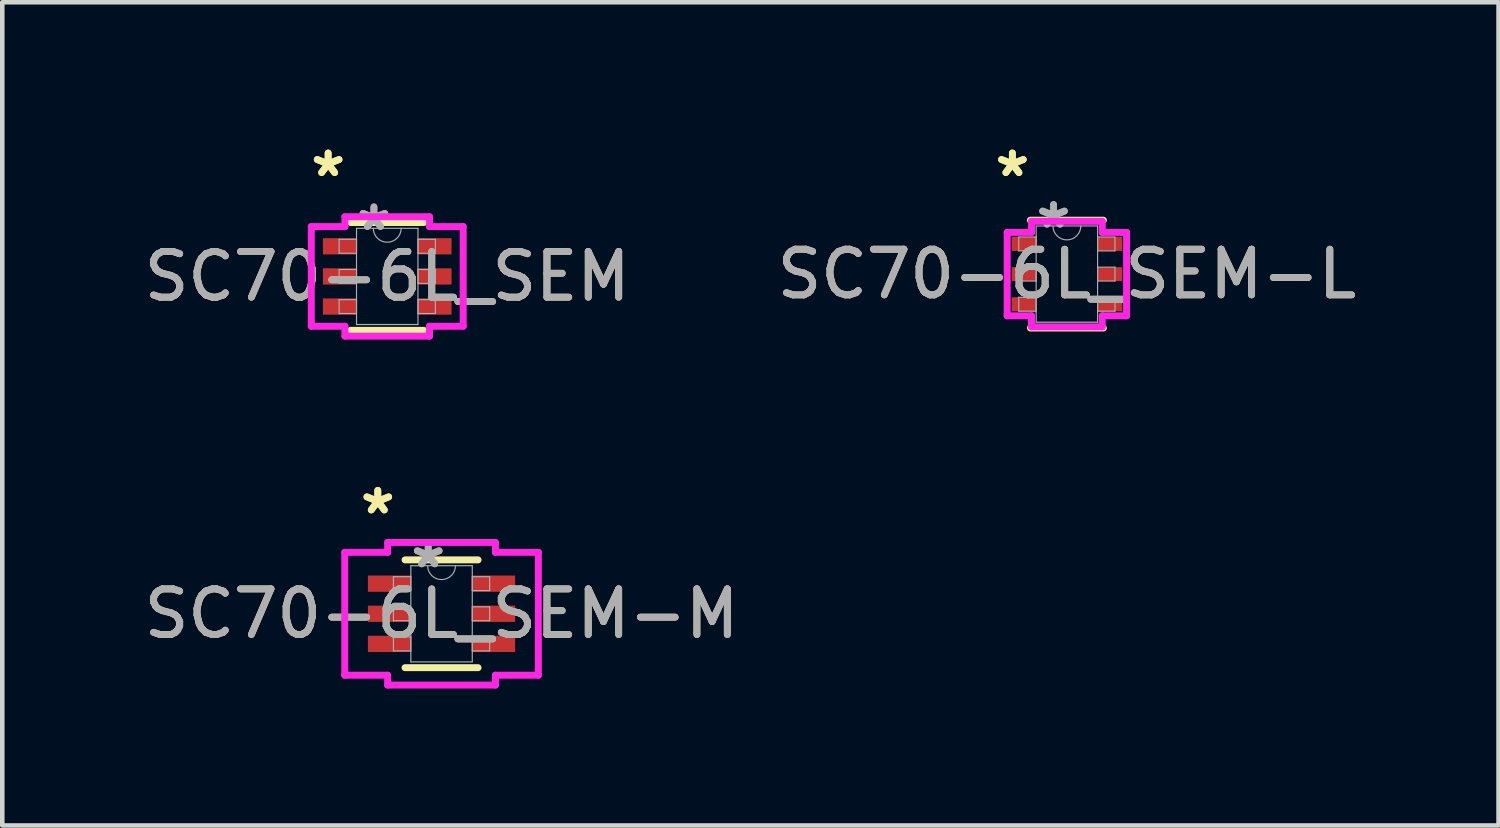
<source format=kicad_pcb>
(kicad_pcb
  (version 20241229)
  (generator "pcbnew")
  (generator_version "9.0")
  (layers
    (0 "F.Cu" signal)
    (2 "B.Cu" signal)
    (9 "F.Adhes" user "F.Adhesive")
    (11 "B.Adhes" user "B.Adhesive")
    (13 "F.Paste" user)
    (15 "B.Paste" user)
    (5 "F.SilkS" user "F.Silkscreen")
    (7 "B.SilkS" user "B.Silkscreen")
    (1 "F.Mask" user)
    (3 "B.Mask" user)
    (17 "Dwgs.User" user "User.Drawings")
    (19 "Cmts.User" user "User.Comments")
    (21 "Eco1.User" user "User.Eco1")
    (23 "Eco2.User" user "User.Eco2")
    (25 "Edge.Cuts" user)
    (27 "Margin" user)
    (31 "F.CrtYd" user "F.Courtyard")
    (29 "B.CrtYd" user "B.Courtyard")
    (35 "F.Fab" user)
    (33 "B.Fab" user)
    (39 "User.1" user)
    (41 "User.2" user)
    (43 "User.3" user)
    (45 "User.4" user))
  (footprint "SC70-6L_SEM-M"
    (layer "F.Cu")
    (at 6.625 10.399)
    (property "Reference" "SC70-6L_SEM-M" (at 0 0 0) (unlocked yes) (layer "F.SilkS") (effects (font (size 1 1) (thickness 0.15))))
    (attr smd)
    (fp_line (start -0.8 1.181) (end 0.8 1.181) (stroke (width 0.152) (type solid)) (layer "F.SilkS"))
    (fp_line (start 0.8 -1.181) (end -0.8 -1.181) (stroke (width 0.152) (type solid)) (layer "F.SilkS"))
    (fp_line (start -2.121 -1.346) (end -1.181 -1.346) (stroke (width 0.152) (type solid)) (layer "F.CrtYd"))
    (fp_line (start -2.121 1.346) (end -2.121 -1.346) (stroke (width 0.152) (type solid)) (layer "F.CrtYd"))
    (fp_line (start -2.121 1.346) (end -1.181 1.346) (stroke (width 0.152) (type solid)) (layer "F.CrtYd"))
    (fp_line (start -1.181 -1.562) (end 1.181 -1.562) (stroke (width 0.152) (type solid)) (layer "F.CrtYd"))
    (fp_line (start -1.181 -1.346) (end -1.181 -1.562) (stroke (width 0.152) (type solid)) (layer "F.CrtYd"))
    (fp_line (start -1.181 1.562) (end -1.181 1.346) (stroke (width 0.152) (type solid)) (layer "F.CrtYd"))
    (fp_line (start 1.181 -1.562) (end 1.181 -1.346) (stroke (width 0.152) (type solid)) (layer "F.CrtYd"))
    (fp_line (start 1.181 1.346) (end 1.181 1.562) (stroke (width 0.152) (type solid)) (layer "F.CrtYd"))
    (fp_line (start 1.181 1.562) (end -1.181 1.562) (stroke (width 0.152) (type solid)) (layer "F.CrtYd"))
    (fp_line (start 2.121 -1.346) (end 1.181 -1.346) (stroke (width 0.152) (type solid)) (layer "F.CrtYd"))
    (fp_line (start 2.121 -1.346) (end 2.121 1.346) (stroke (width 0.152) (type solid)) (layer "F.CrtYd"))
    (fp_line (start 2.121 1.346) (end 1.181 1.346) (stroke (width 0.152) (type solid)) (layer "F.CrtYd"))
    (fp_line (start -1.054 -0.813) (end -1.054 -0.508) (stroke (width 0.025) (type solid)) (layer "F.Fab"))
    (fp_line (start -1.054 -0.508) (end -0.673 -0.508) (stroke (width 0.025) (type solid)) (layer "F.Fab"))
    (fp_line (start -1.054 -0.152) (end -1.054 0.152) (stroke (width 0.025) (type solid)) (layer "F.Fab"))
    (fp_line (start -1.054 0.152) (end -0.673 0.152) (stroke (width 0.025) (type solid)) (layer "F.Fab"))
    (fp_line (start -1.054 0.508) (end -1.054 0.813) (stroke (width 0.025) (type solid)) (layer "F.Fab"))
    (fp_line (start -1.054 0.813) (end -0.673 0.813) (stroke (width 0.025) (type solid)) (layer "F.Fab"))
    (fp_line (start -0.673 -1.054) (end -0.673 1.054) (stroke (width 0.025) (type solid)) (layer "F.Fab"))
    (fp_line (start -0.673 -0.813) (end -1.054 -0.813) (stroke (width 0.025) (type solid)) (layer "F.Fab"))
    (fp_line (start -0.673 -0.508) (end -0.673 -0.813) (stroke (width 0.025) (type solid)) (layer "F.Fab"))
    (fp_line (start -0.673 -0.152) (end -1.054 -0.152) (stroke (width 0.025) (type solid)) (layer "F.Fab"))
    (fp_line (start -0.673 0.152) (end -0.673 -0.152) (stroke (width 0.025) (type solid)) (layer "F.Fab"))
    (fp_line (start -0.673 0.508) (end -1.054 0.508) (stroke (width 0.025) (type solid)) (layer "F.Fab"))
    (fp_line (start -0.673 0.813) (end -0.673 0.508) (stroke (width 0.025) (type solid)) (layer "F.Fab"))
    (fp_line (start -0.673 1.054) (end 0.673 1.054) (stroke (width 0.025) (type solid)) (layer "F.Fab"))
    (fp_line (start 0.673 -1.054) (end -0.673 -1.054) (stroke (width 0.025) (type solid)) (layer "F.Fab"))
    (fp_line (start 0.673 -0.813) (end 0.673 -0.508) (stroke (width 0.025) (type solid)) (layer "F.Fab"))
    (fp_line (start 0.673 -0.508) (end 1.054 -0.508) (stroke (width 0.025) (type solid)) (layer "F.Fab"))
    (fp_line (start 0.673 -0.152) (end 0.673 0.152) (stroke (width 0.025) (type solid)) (layer "F.Fab"))
    (fp_line (start 0.673 0.152) (end 1.054 0.152) (stroke (width 0.025) (type solid)) (layer "F.Fab"))
    (fp_line (start 0.673 0.508) (end 0.673 0.813) (stroke (width 0.025) (type solid)) (layer "F.Fab"))
    (fp_line (start 0.673 0.813) (end 1.054 0.813) (stroke (width 0.025) (type solid)) (layer "F.Fab"))
    (fp_line (start 0.673 1.054) (end 0.673 -1.054) (stroke (width 0.025) (type solid)) (layer "F.Fab"))
    (fp_line (start 1.054 -0.813) (end 0.673 -0.813) (stroke (width 0.025) (type solid)) (layer "F.Fab"))
    (fp_line (start 1.054 -0.508) (end 1.054 -0.813) (stroke (width 0.025) (type solid)) (layer "F.Fab"))
    (fp_line (start 1.054 -0.152) (end 0.673 -0.152) (stroke (width 0.025) (type solid)) (layer "F.Fab"))
    (fp_line (start 1.054 0.152) (end 1.054 -0.152) (stroke (width 0.025) (type solid)) (layer "F.Fab"))
    (fp_line (start 1.054 0.508) (end 0.673 0.508) (stroke (width 0.025) (type solid)) (layer "F.Fab"))
    (fp_line (start 1.054 0.813) (end 1.054 0.508) (stroke (width 0.025) (type solid)) (layer "F.Fab"))
    (fp_arc (start 0.3048 -1.0541) (mid 0 -0.7493) (end -0.3048 -1.0541) (stroke (width 0.0254) (type solid)) (layer "F.Fab"))
    (fp_text user "*" (at -1.397 -2.159 0) (layer "F.SilkS") (effects (font (size 1 1) (thickness 0.15))))
    (fp_text user "*" (at -1.397 -2.159 0) (unlocked yes) (layer "F.SilkS") (effects (font (size 1 1) (thickness 0.15))))
    (fp_text user "${REFERENCE}" (at 0 0 0) (unlocked yes) (layer "F.Fab") (effects (font (size 1 1) (thickness 0.15))))
    (fp_text user "*" (at -0.292 -0.978 0) (unlocked yes) (layer "F.Fab") (effects (font (size 1 1) (thickness 0.15))))
    (fp_text user "*" (at -0.292 -0.978 0) (layer "F.Fab") (effects (font (size 1 1) (thickness 0.15))))
    (pad "1" smd rect (at -1.143 -0.66) (size 0.94 0.356) (layers "F.Cu" "F.Mask" "F.Paste"))
    (pad "2" smd rect (at -1.143 0) (size 0.94 0.356) (layers "F.Cu" "F.Mask" "F.Paste"))
    (pad "3" smd rect (at -1.143 0.66) (size 0.94 0.356) (layers "F.Cu" "F.Mask" "F.Paste"))
    (pad "4" smd rect (at 1.143 0.66) (size 0.94 0.356) (layers "F.Cu" "F.Mask" "F.Paste"))
    (pad "5" smd rect (at 1.143 0) (size 0.94 0.356) (layers "F.Cu" "F.Mask" "F.Paste"))
    (pad "6" smd rect (at 1.143 -0.66) (size 0.94 0.356) (layers "F.Cu" "F.Mask" "F.Paste")))
  (footprint "SC70-6L_SEM"
    (layer "F.Cu")
    (at 5.435 3.007)
    (property "Reference" "SC70-6L_SEM" (at 0 0 0) (unlocked yes) (layer "F.SilkS") (effects (font (size 1 1) (thickness 0.15))))
    (attr smd)
    (fp_line (start -0.8 1.181) (end 0.8 1.181) (stroke (width 0.152) (type solid)) (layer "F.SilkS"))
    (fp_line (start 0.8 -1.181) (end -0.8 -1.181) (stroke (width 0.152) (type solid)) (layer "F.SilkS"))
    (fp_line (start -1.664 -1.092) (end -0.927 -1.092) (stroke (width 0.152) (type solid)) (layer "F.CrtYd"))
    (fp_line (start -1.664 1.092) (end -1.664 -1.092) (stroke (width 0.152) (type solid)) (layer "F.CrtYd"))
    (fp_line (start -1.664 1.092) (end -0.927 1.092) (stroke (width 0.152) (type solid)) (layer "F.CrtYd"))
    (fp_line (start -0.927 -1.308) (end 0.927 -1.308) (stroke (width 0.152) (type solid)) (layer "F.CrtYd"))
    (fp_line (start -0.927 -1.092) (end -0.927 -1.308) (stroke (width 0.152) (type solid)) (layer "F.CrtYd"))
    (fp_line (start -0.927 1.308) (end -0.927 1.092) (stroke (width 0.152) (type solid)) (layer "F.CrtYd"))
    (fp_line (start 0.927 -1.308) (end 0.927 -1.092) (stroke (width 0.152) (type solid)) (layer "F.CrtYd"))
    (fp_line (start 0.927 1.092) (end 0.927 1.308) (stroke (width 0.152) (type solid)) (layer "F.CrtYd"))
    (fp_line (start 0.927 1.308) (end -0.927 1.308) (stroke (width 0.152) (type solid)) (layer "F.CrtYd"))
    (fp_line (start 1.664 -1.092) (end 0.927 -1.092) (stroke (width 0.152) (type solid)) (layer "F.CrtYd"))
    (fp_line (start 1.664 -1.092) (end 1.664 1.092) (stroke (width 0.152) (type solid)) (layer "F.CrtYd"))
    (fp_line (start 1.664 1.092) (end 0.927 1.092) (stroke (width 0.152) (type solid)) (layer "F.CrtYd"))
    (fp_line (start -1.054 -0.813) (end -1.054 -0.508) (stroke (width 0.025) (type solid)) (layer "F.Fab"))
    (fp_line (start -1.054 -0.508) (end -0.673 -0.508) (stroke (width 0.025) (type solid)) (layer "F.Fab"))
    (fp_line (start -1.054 -0.152) (end -1.054 0.152) (stroke (width 0.025) (type solid)) (layer "F.Fab"))
    (fp_line (start -1.054 0.152) (end -0.673 0.152) (stroke (width 0.025) (type solid)) (layer "F.Fab"))
    (fp_line (start -1.054 0.508) (end -1.054 0.813) (stroke (width 0.025) (type solid)) (layer "F.Fab"))
    (fp_line (start -1.054 0.813) (end -0.673 0.813) (stroke (width 0.025) (type solid)) (layer "F.Fab"))
    (fp_line (start -0.673 -1.054) (end -0.673 1.054) (stroke (width 0.025) (type solid)) (layer "F.Fab"))
    (fp_line (start -0.673 -0.813) (end -1.054 -0.813) (stroke (width 0.025) (type solid)) (layer "F.Fab"))
    (fp_line (start -0.673 -0.508) (end -0.673 -0.813) (stroke (width 0.025) (type solid)) (layer "F.Fab"))
    (fp_line (start -0.673 -0.152) (end -1.054 -0.152) (stroke (width 0.025) (type solid)) (layer "F.Fab"))
    (fp_line (start -0.673 0.152) (end -0.673 -0.152) (stroke (width 0.025) (type solid)) (layer "F.Fab"))
    (fp_line (start -0.673 0.508) (end -1.054 0.508) (stroke (width 0.025) (type solid)) (layer "F.Fab"))
    (fp_line (start -0.673 0.813) (end -0.673 0.508) (stroke (width 0.025) (type solid)) (layer "F.Fab"))
    (fp_line (start -0.673 1.054) (end 0.673 1.054) (stroke (width 0.025) (type solid)) (layer "F.Fab"))
    (fp_line (start 0.673 -1.054) (end -0.673 -1.054) (stroke (width 0.025) (type solid)) (layer "F.Fab"))
    (fp_line (start 0.673 -0.813) (end 0.673 -0.508) (stroke (width 0.025) (type solid)) (layer "F.Fab"))
    (fp_line (start 0.673 -0.508) (end 1.054 -0.508) (stroke (width 0.025) (type solid)) (layer "F.Fab"))
    (fp_line (start 0.673 -0.152) (end 0.673 0.152) (stroke (width 0.025) (type solid)) (layer "F.Fab"))
    (fp_line (start 0.673 0.152) (end 1.054 0.152) (stroke (width 0.025) (type solid)) (layer "F.Fab"))
    (fp_line (start 0.673 0.508) (end 0.673 0.813) (stroke (width 0.025) (type solid)) (layer "F.Fab"))
    (fp_line (start 0.673 0.813) (end 1.054 0.813) (stroke (width 0.025) (type solid)) (layer "F.Fab"))
    (fp_line (start 0.673 1.054) (end 0.673 -1.054) (stroke (width 0.025) (type solid)) (layer "F.Fab"))
    (fp_line (start 1.054 -0.813) (end 0.673 -0.813) (stroke (width 0.025) (type solid)) (layer "F.Fab"))
    (fp_line (start 1.054 -0.508) (end 1.054 -0.813) (stroke (width 0.025) (type solid)) (layer "F.Fab"))
    (fp_line (start 1.054 -0.152) (end 0.673 -0.152) (stroke (width 0.025) (type solid)) (layer "F.Fab"))
    (fp_line (start 1.054 0.152) (end 1.054 -0.152) (stroke (width 0.025) (type solid)) (layer "F.Fab"))
    (fp_line (start 1.054 0.508) (end 0.673 0.508) (stroke (width 0.025) (type solid)) (layer "F.Fab"))
    (fp_line (start 1.054 0.813) (end 1.054 0.508) (stroke (width 0.025) (type solid)) (layer "F.Fab"))
    (fp_arc (start 0.3048 -1.0541) (mid 0 -0.7493) (end -0.3048 -1.0541) (stroke (width 0.0254) (type solid)) (layer "F.Fab"))
    (fp_text user "*" (at -1.295 -2.159 0) (unlocked yes) (layer "F.SilkS") (effects (font (size 1 1) (thickness 0.15))))
    (fp_text user "*" (at -1.295 -2.159 0) (layer "F.SilkS") (effects (font (size 1 1) (thickness 0.15))))
    (fp_text user "*" (at -0.292 -0.978 0) (layer "F.Fab") (effects (font (size 1 1) (thickness 0.15))))
    (fp_text user "${REFERENCE}" (at 0 0 0) (unlocked yes) (layer "F.Fab") (effects (font (size 1 1) (thickness 0.15))))
    (fp_text user "*" (at -0.292 -0.978 0) (unlocked yes) (layer "F.Fab") (effects (font (size 1 1) (thickness 0.15))))
    (pad "1" smd rect (at -1.041 -0.66) (size 0.737 0.356) (layers "F.Cu" "F.Mask" "F.Paste"))
    (pad "2" smd rect (at -1.041 0) (size 0.737 0.356) (layers "F.Cu" "F.Mask" "F.Paste"))
    (pad "3" smd rect (at -1.041 0.66) (size 0.737 0.356) (layers "F.Cu" "F.Mask" "F.Paste"))
    (pad "4" smd rect (at 1.041 0.66) (size 0.737 0.356) (layers "F.Cu" "F.Mask" "F.Paste"))
    (pad "5" smd rect (at 1.041 0) (size 0.737 0.356) (layers "F.Cu" "F.Mask" "F.Paste"))
    (pad "6" smd rect (at 1.041 -0.66) (size 0.737 0.356) (layers "F.Cu" "F.Mask" "F.Paste")))
  (footprint "SC70-6L_SEM-L"
    (layer "F.Cu")
    (at 20.327 2.956)
    (property "Reference" "SC70-6L_SEM-L" (at 0 0 0) (unlocked yes) (layer "F.SilkS") (effects (font (size 1 1) (thickness 0.15))))
    (attr smd)
    (fp_line (start -0.8 1.181) (end 0.8 1.181) (stroke (width 0.152) (type solid)) (layer "F.SilkS"))
    (fp_line (start 0.8 -1.181) (end -0.8 -1.181) (stroke (width 0.152) (type solid)) (layer "F.SilkS"))
    (fp_line (start -1.308 -0.914) (end -0.775 -0.914) (stroke (width 0.152) (type solid)) (layer "F.CrtYd"))
    (fp_line (start -1.308 0.914) (end -1.308 -0.914) (stroke (width 0.152) (type solid)) (layer "F.CrtYd"))
    (fp_line (start -1.308 0.914) (end -0.775 0.914) (stroke (width 0.152) (type solid)) (layer "F.CrtYd"))
    (fp_line (start -0.775 -1.156) (end 0.775 -1.156) (stroke (width 0.152) (type solid)) (layer "F.CrtYd"))
    (fp_line (start -0.775 -0.914) (end -0.775 -1.156) (stroke (width 0.152) (type solid)) (layer "F.CrtYd"))
    (fp_line (start -0.775 1.156) (end -0.775 0.914) (stroke (width 0.152) (type solid)) (layer "F.CrtYd"))
    (fp_line (start 0.775 -1.156) (end 0.775 -0.914) (stroke (width 0.152) (type solid)) (layer "F.CrtYd"))
    (fp_line (start 0.775 0.914) (end 0.775 1.156) (stroke (width 0.152) (type solid)) (layer "F.CrtYd"))
    (fp_line (start 0.775 1.156) (end -0.775 1.156) (stroke (width 0.152) (type solid)) (layer "F.CrtYd"))
    (fp_line (start 1.308 -0.914) (end 0.775 -0.914) (stroke (width 0.152) (type solid)) (layer "F.CrtYd"))
    (fp_line (start 1.308 -0.914) (end 1.308 0.914) (stroke (width 0.152) (type solid)) (layer "F.CrtYd"))
    (fp_line (start 1.308 0.914) (end 0.775 0.914) (stroke (width 0.152) (type solid)) (layer "F.CrtYd"))
    (fp_line (start -1.054 -0.813) (end -1.054 -0.508) (stroke (width 0.025) (type solid)) (layer "F.Fab"))
    (fp_line (start -1.054 -0.508) (end -0.673 -0.508) (stroke (width 0.025) (type solid)) (layer "F.Fab"))
    (fp_line (start -1.054 -0.152) (end -1.054 0.152) (stroke (width 0.025) (type solid)) (layer "F.Fab"))
    (fp_line (start -1.054 0.152) (end -0.673 0.152) (stroke (width 0.025) (type solid)) (layer "F.Fab"))
    (fp_line (start -1.054 0.508) (end -1.054 0.813) (stroke (width 0.025) (type solid)) (layer "F.Fab"))
    (fp_line (start -1.054 0.813) (end -0.673 0.813) (stroke (width 0.025) (type solid)) (layer "F.Fab"))
    (fp_line (start -0.673 -1.054) (end -0.673 1.054) (stroke (width 0.025) (type solid)) (layer "F.Fab"))
    (fp_line (start -0.673 -0.813) (end -1.054 -0.813) (stroke (width 0.025) (type solid)) (layer "F.Fab"))
    (fp_line (start -0.673 -0.508) (end -0.673 -0.813) (stroke (width 0.025) (type solid)) (layer "F.Fab"))
    (fp_line (start -0.673 -0.152) (end -1.054 -0.152) (stroke (width 0.025) (type solid)) (layer "F.Fab"))
    (fp_line (start -0.673 0.152) (end -0.673 -0.152) (stroke (width 0.025) (type solid)) (layer "F.Fab"))
    (fp_line (start -0.673 0.508) (end -1.054 0.508) (stroke (width 0.025) (type solid)) (layer "F.Fab"))
    (fp_line (start -0.673 0.813) (end -0.673 0.508) (stroke (width 0.025) (type solid)) (layer "F.Fab"))
    (fp_line (start -0.673 1.054) (end 0.673 1.054) (stroke (width 0.025) (type solid)) (layer "F.Fab"))
    (fp_line (start 0.673 -1.054) (end -0.673 -1.054) (stroke (width 0.025) (type solid)) (layer "F.Fab"))
    (fp_line (start 0.673 -0.813) (end 0.673 -0.508) (stroke (width 0.025) (type solid)) (layer "F.Fab"))
    (fp_line (start 0.673 -0.508) (end 1.054 -0.508) (stroke (width 0.025) (type solid)) (layer "F.Fab"))
    (fp_line (start 0.673 -0.152) (end 0.673 0.152) (stroke (width 0.025) (type solid)) (layer "F.Fab"))
    (fp_line (start 0.673 0.152) (end 1.054 0.152) (stroke (width 0.025) (type solid)) (layer "F.Fab"))
    (fp_line (start 0.673 0.508) (end 0.673 0.813) (stroke (width 0.025) (type solid)) (layer "F.Fab"))
    (fp_line (start 0.673 0.813) (end 1.054 0.813) (stroke (width 0.025) (type solid)) (layer "F.Fab"))
    (fp_line (start 0.673 1.054) (end 0.673 -1.054) (stroke (width 0.025) (type solid)) (layer "F.Fab"))
    (fp_line (start 1.054 -0.813) (end 0.673 -0.813) (stroke (width 0.025) (type solid)) (layer "F.Fab"))
    (fp_line (start 1.054 -0.508) (end 1.054 -0.813) (stroke (width 0.025) (type solid)) (layer "F.Fab"))
    (fp_line (start 1.054 -0.152) (end 0.673 -0.152) (stroke (width 0.025) (type solid)) (layer "F.Fab"))
    (fp_line (start 1.054 0.152) (end 1.054 -0.152) (stroke (width 0.025) (type solid)) (layer "F.Fab"))
    (fp_line (start 1.054 0.508) (end 0.673 0.508) (stroke (width 0.025) (type solid)) (layer "F.Fab"))
    (fp_line (start 1.054 0.813) (end 1.054 0.508) (stroke (width 0.025) (type solid)) (layer "F.Fab"))
    (fp_arc (start 0.3048 -1.0541) (mid 0 -0.7493) (end -0.3048 -1.0541) (stroke (width 0.0254) (type solid)) (layer "F.Fab"))
    (fp_text user "*" (at -1.194 -2.108 0) (unlocked yes) (layer "F.SilkS") (effects (font (size 1 1) (thickness 0.15))))
    (fp_text user "*" (at -1.194 -2.108 0) (layer "F.SilkS") (effects (font (size 1 1) (thickness 0.15))))
    (fp_text user "${REFERENCE}" (at 0 0 0) (unlocked yes) (layer "F.Fab") (effects (font (size 1 1) (thickness 0.15))))
    (fp_text user "*" (at -0.292 -0.978 0) (layer "F.Fab") (effects (font (size 1 1) (thickness 0.15))))
    (fp_text user "*" (at -0.292 -0.978 0) (unlocked yes) (layer "F.Fab") (effects (font (size 1 1) (thickness 0.15))))
    (pad "1" smd rect (at -0.94 -0.66) (size 0.533 0.305) (layers "F.Cu" "F.Mask" "F.Paste"))
    (pad "2" smd rect (at -0.94 0) (size 0.533 0.305) (layers "F.Cu" "F.Mask" "F.Paste"))
    (pad "3" smd rect (at -0.94 0.66) (size 0.533 0.305) (layers "F.Cu" "F.Mask" "F.Paste"))
    (pad "4" smd rect (at 0.94 0.66) (size 0.533 0.305) (layers "F.Cu" "F.Mask" "F.Paste"))
    (pad "5" smd rect (at 0.94 0) (size 0.533 0.305) (layers "F.Cu" "F.Mask" "F.Paste"))
    (pad "6" smd rect (at 0.94 -0.66) (size 0.533 0.305) (layers "F.Cu" "F.Mask" "F.Paste")))
  (gr_rect
    (start -3 -3)
    (end 29.786 15.037)
    (stroke (width 0.1) (type default))
    (fill no)
    (layer "Edge.Cuts")))
</source>
